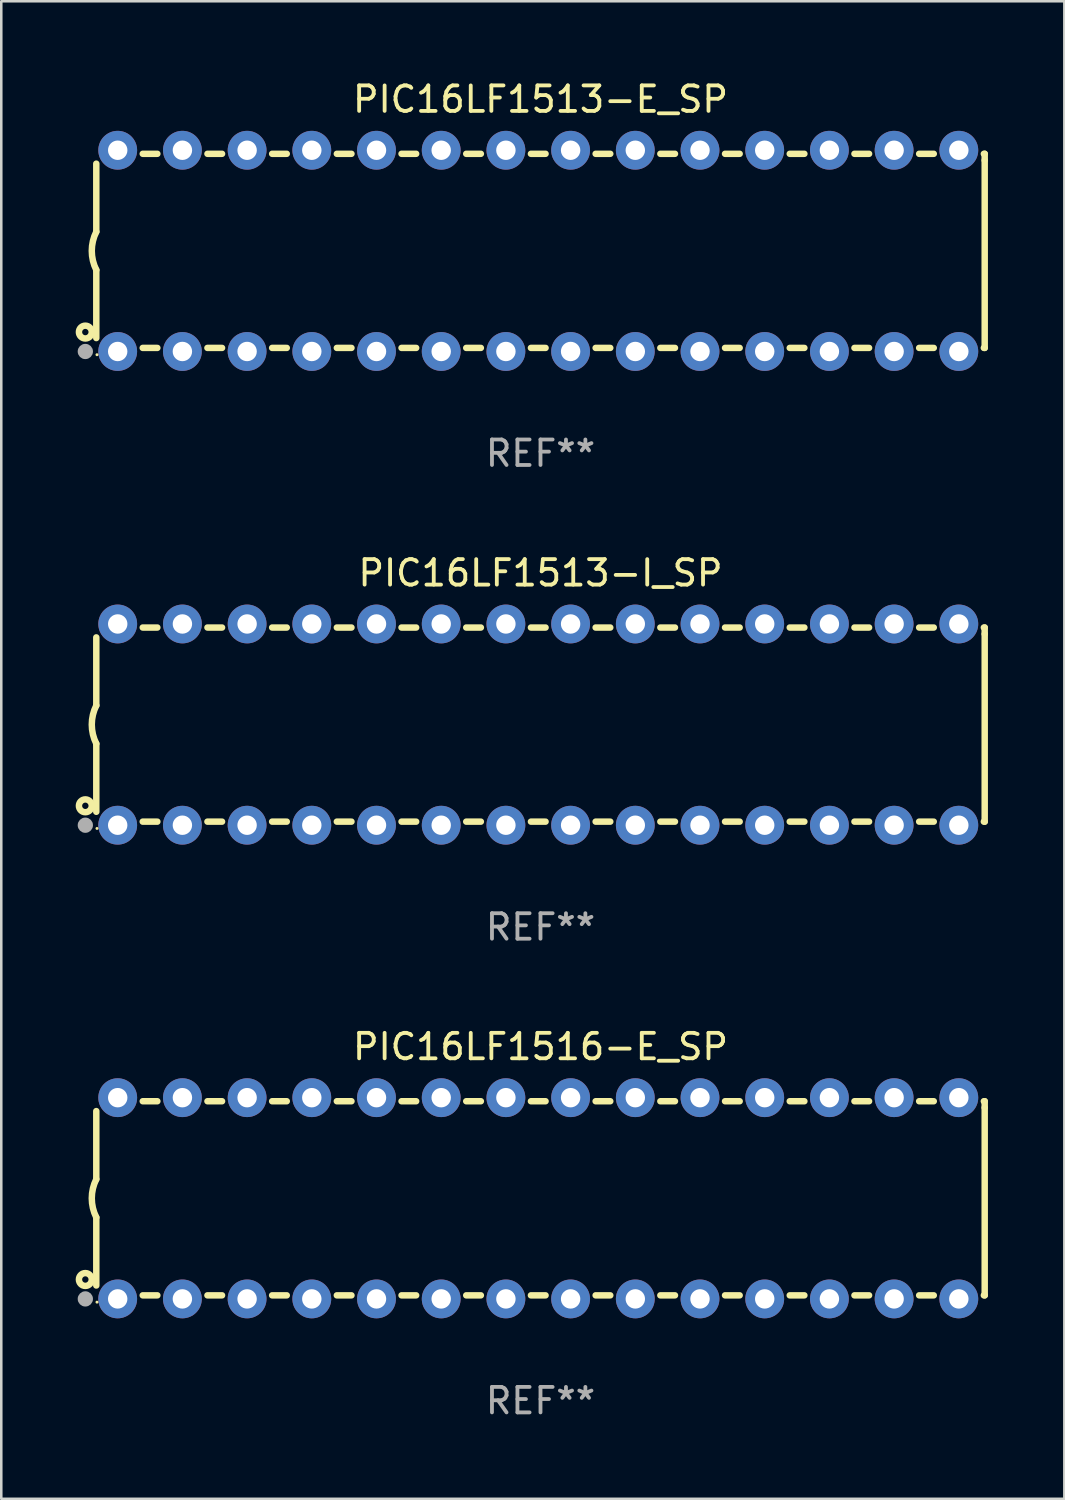
<source format=kicad_pcb>
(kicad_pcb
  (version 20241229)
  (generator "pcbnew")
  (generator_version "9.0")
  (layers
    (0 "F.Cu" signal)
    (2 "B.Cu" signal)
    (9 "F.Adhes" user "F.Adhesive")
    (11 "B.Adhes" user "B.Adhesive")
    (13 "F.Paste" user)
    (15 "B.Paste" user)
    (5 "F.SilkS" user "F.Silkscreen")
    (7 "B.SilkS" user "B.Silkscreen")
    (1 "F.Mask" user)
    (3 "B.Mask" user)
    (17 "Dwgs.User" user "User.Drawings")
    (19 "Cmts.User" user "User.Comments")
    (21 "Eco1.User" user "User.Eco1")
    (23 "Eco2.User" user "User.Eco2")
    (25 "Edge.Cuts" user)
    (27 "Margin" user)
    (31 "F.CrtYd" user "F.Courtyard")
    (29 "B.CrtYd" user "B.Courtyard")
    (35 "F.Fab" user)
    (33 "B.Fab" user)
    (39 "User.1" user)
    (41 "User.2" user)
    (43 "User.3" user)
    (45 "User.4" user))
  (footprint "PIC16LF1516-E_SP"
    (layer "F.Cu")
    (at 18.168 43.991)
    (property "Reference" "PIC16LF1516-E_SP" (at 0 -5.95 0) (layer "F.SilkS") (effects (font (size 1 1) (thickness 0.15))))
    (attr through_hole)
    (fp_line (start -17.438 0.75) (end -17.438 3.423) (stroke (width 0.254) (type solid)) (layer "F.SilkS"))
    (fp_line (start -17.438 -3.423) (end -17.438 -0.75) (stroke (width 0.254) (type solid)) (layer "F.SilkS"))
    (fp_line (start -15.615 3.81) (end -15.041 3.81) (stroke (width 0.254) (type solid)) (layer "F.SilkS"))
    (fp_line (start -15.041 -3.81) (end -15.614 -3.81) (stroke (width 0.254) (type solid)) (layer "F.SilkS"))
    (fp_line (start -13.075 3.81) (end -12.501 3.81) (stroke (width 0.254) (type solid)) (layer "F.SilkS"))
    (fp_line (start -12.501 -3.81) (end -13.074 -3.81) (stroke (width 0.254) (type solid)) (layer "F.SilkS"))
    (fp_line (start -10.535 3.81) (end -9.961 3.81) (stroke (width 0.254) (type solid)) (layer "F.SilkS"))
    (fp_line (start -9.961 -3.81) (end -10.534 -3.81) (stroke (width 0.254) (type solid)) (layer "F.SilkS"))
    (fp_line (start -7.995 3.81) (end -7.421 3.81) (stroke (width 0.254) (type solid)) (layer "F.SilkS"))
    (fp_line (start -7.421 -3.81) (end -7.995 -3.81) (stroke (width 0.254) (type solid)) (layer "F.SilkS"))
    (fp_line (start -5.455 3.81) (end -4.881 3.81) (stroke (width 0.254) (type solid)) (layer "F.SilkS"))
    (fp_line (start -4.881 -3.81) (end -5.455 -3.81) (stroke (width 0.254) (type solid)) (layer "F.SilkS"))
    (fp_line (start -2.915 3.81) (end -2.341 3.81) (stroke (width 0.254) (type solid)) (layer "F.SilkS"))
    (fp_line (start -2.341 -3.81) (end -2.915 -3.81) (stroke (width 0.254) (type solid)) (layer "F.SilkS"))
    (fp_line (start -0.375 3.81) (end 0.199 3.81) (stroke (width 0.254) (type solid)) (layer "F.SilkS"))
    (fp_line (start 0.199 -3.81) (end -0.375 -3.81) (stroke (width 0.254) (type solid)) (layer "F.SilkS"))
    (fp_line (start 2.165 3.81) (end 2.739 3.81) (stroke (width 0.254) (type solid)) (layer "F.SilkS"))
    (fp_line (start 2.739 -3.81) (end 2.165 -3.81) (stroke (width 0.254) (type solid)) (layer "F.SilkS"))
    (fp_line (start 4.705 3.81) (end 5.279 3.81) (stroke (width 0.254) (type solid)) (layer "F.SilkS"))
    (fp_line (start 5.279 -3.81) (end 4.705 -3.81) (stroke (width 0.254) (type solid)) (layer "F.SilkS"))
    (fp_line (start 7.245 3.81) (end 7.819 3.81) (stroke (width 0.254) (type solid)) (layer "F.SilkS"))
    (fp_line (start 7.819 -3.81) (end 7.245 -3.81) (stroke (width 0.254) (type solid)) (layer "F.SilkS"))
    (fp_line (start 9.785 3.81) (end 10.359 3.81) (stroke (width 0.254) (type solid)) (layer "F.SilkS"))
    (fp_line (start 10.359 -3.81) (end 9.785 -3.81) (stroke (width 0.254) (type solid)) (layer "F.SilkS"))
    (fp_line (start 12.325 3.81) (end 12.899 3.81) (stroke (width 0.254) (type solid)) (layer "F.SilkS"))
    (fp_line (start 12.899 -3.81) (end 12.325 -3.81) (stroke (width 0.254) (type solid)) (layer "F.SilkS"))
    (fp_line (start 14.865 3.81) (end 15.439 3.81) (stroke (width 0.254) (type solid)) (layer "F.SilkS"))
    (fp_line (start 15.439 -3.81) (end 14.865 -3.81) (stroke (width 0.254) (type solid)) (layer "F.SilkS"))
    (fp_line (start 17.405 3.81) (end 17.438 3.81) (stroke (width 0.254) (type solid)) (layer "F.SilkS"))
    (fp_line (start 17.438 -3.81) (end 17.405 -3.81) (stroke (width 0.254) (type solid)) (layer "F.SilkS"))
    (fp_line (start 17.438 -3.556) (end 17.438 -3.81) (stroke (width 0.254) (type solid)) (layer "F.SilkS"))
    (fp_line (start 17.438 3.81) (end 17.438 -3.556) (stroke (width 0.254) (type solid)) (layer "F.SilkS"))
    (fp_arc (start -17.437986 0.749657) (mid -17.614887 -0.000024) (end -17.437783 -0.749657) (stroke (width 0.254001) (type solid)) (layer "F.SilkS"))
    (fp_circle (center -17.868 3.188) (end -17.743 3.188) (stroke (width 0.254) (type solid)) (fill no) (layer "F.SilkS"))
    (fp_circle (center -17.411 4.077) (end -17.381 4.077) (stroke (width 0.06) (type solid)) (fill no) (layer "F.SilkS"))
    (fp_circle (center -17.868 3.95) (end -17.718 3.95) (stroke (width 0.3) (type solid)) (fill no) (layer "F.Fab"))
    (fp_text user "REF**" (at 0 7.95 0) (layer "F.Fab") (effects (font (size 1 1) (thickness 0.15))))
    (pad "1" thru_hole circle (at -16.598 3.95) (size 1.524 1.524) (drill 0.762) (layers "*.Cu" "*.Mask"))
    (pad "2" thru_hole circle (at -14.058 3.95) (size 1.524 1.524) (drill 0.762) (layers "*.Cu" "*.Mask"))
    (pad "3" thru_hole circle (at -11.518 3.95) (size 1.524 1.524) (drill 0.762) (layers "*.Cu" "*.Mask"))
    (pad "4" thru_hole circle (at -8.978 3.95) (size 1.524 1.524) (drill 0.762) (layers "*.Cu" "*.Mask"))
    (pad "5" thru_hole circle (at -6.438 3.95) (size 1.524 1.524) (drill 0.762) (layers "*.Cu" "*.Mask"))
    (pad "6" thru_hole circle (at -3.898 3.95) (size 1.524 1.524) (drill 0.762) (layers "*.Cu" "*.Mask"))
    (pad "7" thru_hole circle (at -1.358 3.95) (size 1.524 1.524) (drill 0.762) (layers "*.Cu" "*.Mask"))
    (pad "8" thru_hole circle (at 1.182 3.95) (size 1.524 1.524) (drill 0.762) (layers "*.Cu" "*.Mask"))
    (pad "9" thru_hole circle (at 3.722 3.95) (size 1.524 1.524) (drill 0.762) (layers "*.Cu" "*.Mask"))
    (pad "10" thru_hole circle (at 6.262 3.95) (size 1.524 1.524) (drill 0.762) (layers "*.Cu" "*.Mask"))
    (pad "11" thru_hole circle (at 8.802 3.95) (size 1.524 1.524) (drill 0.762) (layers "*.Cu" "*.Mask"))
    (pad "12" thru_hole circle (at 11.342 3.95) (size 1.524 1.524) (drill 0.762) (layers "*.Cu" "*.Mask"))
    (pad "13" thru_hole circle (at 13.882 3.95) (size 1.524 1.524) (drill 0.762) (layers "*.Cu" "*.Mask"))
    (pad "14" thru_hole circle (at 16.422 3.95) (size 1.524 1.524) (drill 0.762) (layers "*.Cu" "*.Mask"))
    (pad "15" thru_hole circle (at 16.422 -3.95) (size 1.524 1.524) (drill 0.762) (layers "*.Cu" "*.Mask"))
    (pad "16" thru_hole circle (at 13.882 -3.95) (size 1.524 1.524) (drill 0.762) (layers "*.Cu" "*.Mask"))
    (pad "17" thru_hole circle (at 11.342 -3.95) (size 1.524 1.524) (drill 0.762) (layers "*.Cu" "*.Mask"))
    (pad "18" thru_hole circle (at 8.802 -3.95) (size 1.524 1.524) (drill 0.762) (layers "*.Cu" "*.Mask"))
    (pad "19" thru_hole circle (at 6.262 -3.95) (size 1.524 1.524) (drill 0.762) (layers "*.Cu" "*.Mask"))
    (pad "20" thru_hole circle (at 3.722 -3.95) (size 1.524 1.524) (drill 0.762) (layers "*.Cu" "*.Mask"))
    (pad "21" thru_hole circle (at 1.182 -3.95) (size 1.524 1.524) (drill 0.762) (layers "*.Cu" "*.Mask"))
    (pad "22" thru_hole circle (at -1.358 -3.95) (size 1.524 1.524) (drill 0.762) (layers "*.Cu" "*.Mask"))
    (pad "23" thru_hole circle (at -3.898 -3.95) (size 1.524 1.524) (drill 0.762) (layers "*.Cu" "*.Mask"))
    (pad "24" thru_hole circle (at -6.438 -3.95) (size 1.524 1.524) (drill 0.762) (layers "*.Cu" "*.Mask"))
    (pad "25" thru_hole circle (at -8.978 -3.95) (size 1.524 1.524) (drill 0.762) (layers "*.Cu" "*.Mask"))
    (pad "26" thru_hole circle (at -11.517 -3.95) (size 1.524 1.524) (drill 0.762) (layers "*.Cu" "*.Mask"))
    (pad "27" thru_hole circle (at -14.057 -3.95) (size 1.524 1.524) (drill 0.762) (layers "*.Cu" "*.Mask"))
    (pad "28" thru_hole circle (at -16.597 -3.95) (size 1.524 1.524) (drill 0.762) (layers "*.Cu" "*.Mask")))
  (footprint "PIC16LF1513-I_SP"
    (layer "F.Cu")
    (at 18.168 25.395)
    (property "Reference" "PIC16LF1513-I_SP" (at 0 -5.95 0) (layer "F.SilkS") (effects (font (size 1 1) (thickness 0.15))))
    (attr through_hole)
    (fp_line (start -17.438 0.75) (end -17.438 3.423) (stroke (width 0.254) (type solid)) (layer "F.SilkS"))
    (fp_line (start -17.438 -3.423) (end -17.438 -0.75) (stroke (width 0.254) (type solid)) (layer "F.SilkS"))
    (fp_line (start -15.615 3.81) (end -15.041 3.81) (stroke (width 0.254) (type solid)) (layer "F.SilkS"))
    (fp_line (start -15.041 -3.81) (end -15.614 -3.81) (stroke (width 0.254) (type solid)) (layer "F.SilkS"))
    (fp_line (start -13.075 3.81) (end -12.501 3.81) (stroke (width 0.254) (type solid)) (layer "F.SilkS"))
    (fp_line (start -12.501 -3.81) (end -13.074 -3.81) (stroke (width 0.254) (type solid)) (layer "F.SilkS"))
    (fp_line (start -10.535 3.81) (end -9.961 3.81) (stroke (width 0.254) (type solid)) (layer "F.SilkS"))
    (fp_line (start -9.961 -3.81) (end -10.534 -3.81) (stroke (width 0.254) (type solid)) (layer "F.SilkS"))
    (fp_line (start -7.995 3.81) (end -7.421 3.81) (stroke (width 0.254) (type solid)) (layer "F.SilkS"))
    (fp_line (start -7.421 -3.81) (end -7.995 -3.81) (stroke (width 0.254) (type solid)) (layer "F.SilkS"))
    (fp_line (start -5.455 3.81) (end -4.881 3.81) (stroke (width 0.254) (type solid)) (layer "F.SilkS"))
    (fp_line (start -4.881 -3.81) (end -5.455 -3.81) (stroke (width 0.254) (type solid)) (layer "F.SilkS"))
    (fp_line (start -2.915 3.81) (end -2.341 3.81) (stroke (width 0.254) (type solid)) (layer "F.SilkS"))
    (fp_line (start -2.341 -3.81) (end -2.915 -3.81) (stroke (width 0.254) (type solid)) (layer "F.SilkS"))
    (fp_line (start -0.375 3.81) (end 0.199 3.81) (stroke (width 0.254) (type solid)) (layer "F.SilkS"))
    (fp_line (start 0.199 -3.81) (end -0.375 -3.81) (stroke (width 0.254) (type solid)) (layer "F.SilkS"))
    (fp_line (start 2.165 3.81) (end 2.739 3.81) (stroke (width 0.254) (type solid)) (layer "F.SilkS"))
    (fp_line (start 2.739 -3.81) (end 2.165 -3.81) (stroke (width 0.254) (type solid)) (layer "F.SilkS"))
    (fp_line (start 4.705 3.81) (end 5.279 3.81) (stroke (width 0.254) (type solid)) (layer "F.SilkS"))
    (fp_line (start 5.279 -3.81) (end 4.705 -3.81) (stroke (width 0.254) (type solid)) (layer "F.SilkS"))
    (fp_line (start 7.245 3.81) (end 7.819 3.81) (stroke (width 0.254) (type solid)) (layer "F.SilkS"))
    (fp_line (start 7.819 -3.81) (end 7.245 -3.81) (stroke (width 0.254) (type solid)) (layer "F.SilkS"))
    (fp_line (start 9.785 3.81) (end 10.359 3.81) (stroke (width 0.254) (type solid)) (layer "F.SilkS"))
    (fp_line (start 10.359 -3.81) (end 9.785 -3.81) (stroke (width 0.254) (type solid)) (layer "F.SilkS"))
    (fp_line (start 12.325 3.81) (end 12.899 3.81) (stroke (width 0.254) (type solid)) (layer "F.SilkS"))
    (fp_line (start 12.899 -3.81) (end 12.325 -3.81) (stroke (width 0.254) (type solid)) (layer "F.SilkS"))
    (fp_line (start 14.865 3.81) (end 15.439 3.81) (stroke (width 0.254) (type solid)) (layer "F.SilkS"))
    (fp_line (start 15.439 -3.81) (end 14.865 -3.81) (stroke (width 0.254) (type solid)) (layer "F.SilkS"))
    (fp_line (start 17.405 3.81) (end 17.438 3.81) (stroke (width 0.254) (type solid)) (layer "F.SilkS"))
    (fp_line (start 17.438 -3.81) (end 17.405 -3.81) (stroke (width 0.254) (type solid)) (layer "F.SilkS"))
    (fp_line (start 17.438 -3.556) (end 17.438 -3.81) (stroke (width 0.254) (type solid)) (layer "F.SilkS"))
    (fp_line (start 17.438 3.81) (end 17.438 -3.556) (stroke (width 0.254) (type solid)) (layer "F.SilkS"))
    (fp_arc (start -17.437986 0.749657) (mid -17.614887 -0.000024) (end -17.437783 -0.749657) (stroke (width 0.254001) (type solid)) (layer "F.SilkS"))
    (fp_circle (center -17.868 3.188) (end -17.743 3.188) (stroke (width 0.254) (type solid)) (fill no) (layer "F.SilkS"))
    (fp_circle (center -17.411 4.077) (end -17.381 4.077) (stroke (width 0.06) (type solid)) (fill no) (layer "F.SilkS"))
    (fp_circle (center -17.868 3.95) (end -17.718 3.95) (stroke (width 0.3) (type solid)) (fill no) (layer "F.Fab"))
    (fp_text user "REF**" (at 0 7.95 0) (layer "F.Fab") (effects (font (size 1 1) (thickness 0.15))))
    (pad "1" thru_hole circle (at -16.598 3.95) (size 1.524 1.524) (drill 0.762) (layers "*.Cu" "*.Mask"))
    (pad "2" thru_hole circle (at -14.058 3.95) (size 1.524 1.524) (drill 0.762) (layers "*.Cu" "*.Mask"))
    (pad "3" thru_hole circle (at -11.518 3.95) (size 1.524 1.524) (drill 0.762) (layers "*.Cu" "*.Mask"))
    (pad "4" thru_hole circle (at -8.978 3.95) (size 1.524 1.524) (drill 0.762) (layers "*.Cu" "*.Mask"))
    (pad "5" thru_hole circle (at -6.438 3.95) (size 1.524 1.524) (drill 0.762) (layers "*.Cu" "*.Mask"))
    (pad "6" thru_hole circle (at -3.898 3.95) (size 1.524 1.524) (drill 0.762) (layers "*.Cu" "*.Mask"))
    (pad "7" thru_hole circle (at -1.358 3.95) (size 1.524 1.524) (drill 0.762) (layers "*.Cu" "*.Mask"))
    (pad "8" thru_hole circle (at 1.182 3.95) (size 1.524 1.524) (drill 0.762) (layers "*.Cu" "*.Mask"))
    (pad "9" thru_hole circle (at 3.722 3.95) (size 1.524 1.524) (drill 0.762) (layers "*.Cu" "*.Mask"))
    (pad "10" thru_hole circle (at 6.262 3.95) (size 1.524 1.524) (drill 0.762) (layers "*.Cu" "*.Mask"))
    (pad "11" thru_hole circle (at 8.802 3.95) (size 1.524 1.524) (drill 0.762) (layers "*.Cu" "*.Mask"))
    (pad "12" thru_hole circle (at 11.342 3.95) (size 1.524 1.524) (drill 0.762) (layers "*.Cu" "*.Mask"))
    (pad "13" thru_hole circle (at 13.882 3.95) (size 1.524 1.524) (drill 0.762) (layers "*.Cu" "*.Mask"))
    (pad "14" thru_hole circle (at 16.422 3.95) (size 1.524 1.524) (drill 0.762) (layers "*.Cu" "*.Mask"))
    (pad "15" thru_hole circle (at 16.422 -3.95) (size 1.524 1.524) (drill 0.762) (layers "*.Cu" "*.Mask"))
    (pad "16" thru_hole circle (at 13.882 -3.95) (size 1.524 1.524) (drill 0.762) (layers "*.Cu" "*.Mask"))
    (pad "17" thru_hole circle (at 11.342 -3.95) (size 1.524 1.524) (drill 0.762) (layers "*.Cu" "*.Mask"))
    (pad "18" thru_hole circle (at 8.802 -3.95) (size 1.524 1.524) (drill 0.762) (layers "*.Cu" "*.Mask"))
    (pad "19" thru_hole circle (at 6.262 -3.95) (size 1.524 1.524) (drill 0.762) (layers "*.Cu" "*.Mask"))
    (pad "20" thru_hole circle (at 3.722 -3.95) (size 1.524 1.524) (drill 0.762) (layers "*.Cu" "*.Mask"))
    (pad "21" thru_hole circle (at 1.182 -3.95) (size 1.524 1.524) (drill 0.762) (layers "*.Cu" "*.Mask"))
    (pad "22" thru_hole circle (at -1.358 -3.95) (size 1.524 1.524) (drill 0.762) (layers "*.Cu" "*.Mask"))
    (pad "23" thru_hole circle (at -3.898 -3.95) (size 1.524 1.524) (drill 0.762) (layers "*.Cu" "*.Mask"))
    (pad "24" thru_hole circle (at -6.438 -3.95) (size 1.524 1.524) (drill 0.762) (layers "*.Cu" "*.Mask"))
    (pad "25" thru_hole circle (at -8.978 -3.95) (size 1.524 1.524) (drill 0.762) (layers "*.Cu" "*.Mask"))
    (pad "26" thru_hole circle (at -11.517 -3.95) (size 1.524 1.524) (drill 0.762) (layers "*.Cu" "*.Mask"))
    (pad "27" thru_hole circle (at -14.057 -3.95) (size 1.524 1.524) (drill 0.762) (layers "*.Cu" "*.Mask"))
    (pad "28" thru_hole circle (at -16.597 -3.95) (size 1.524 1.524) (drill 0.762) (layers "*.Cu" "*.Mask")))
  (footprint "PIC16LF1513-E_SP"
    (layer "F.Cu")
    (at 18.168 6.798)
    (property "Reference" "PIC16LF1513-E_SP" (at 0 -5.95 0) (layer "F.SilkS") (effects (font (size 1 1) (thickness 0.15))))
    (attr through_hole)
    (fp_line (start -17.438 0.75) (end -17.438 3.423) (stroke (width 0.254) (type solid)) (layer "F.SilkS"))
    (fp_line (start -17.438 -3.423) (end -17.438 -0.75) (stroke (width 0.254) (type solid)) (layer "F.SilkS"))
    (fp_line (start -15.615 3.81) (end -15.041 3.81) (stroke (width 0.254) (type solid)) (layer "F.SilkS"))
    (fp_line (start -15.041 -3.81) (end -15.614 -3.81) (stroke (width 0.254) (type solid)) (layer "F.SilkS"))
    (fp_line (start -13.075 3.81) (end -12.501 3.81) (stroke (width 0.254) (type solid)) (layer "F.SilkS"))
    (fp_line (start -12.501 -3.81) (end -13.074 -3.81) (stroke (width 0.254) (type solid)) (layer "F.SilkS"))
    (fp_line (start -10.535 3.81) (end -9.961 3.81) (stroke (width 0.254) (type solid)) (layer "F.SilkS"))
    (fp_line (start -9.961 -3.81) (end -10.534 -3.81) (stroke (width 0.254) (type solid)) (layer "F.SilkS"))
    (fp_line (start -7.995 3.81) (end -7.421 3.81) (stroke (width 0.254) (type solid)) (layer "F.SilkS"))
    (fp_line (start -7.421 -3.81) (end -7.995 -3.81) (stroke (width 0.254) (type solid)) (layer "F.SilkS"))
    (fp_line (start -5.455 3.81) (end -4.881 3.81) (stroke (width 0.254) (type solid)) (layer "F.SilkS"))
    (fp_line (start -4.881 -3.81) (end -5.455 -3.81) (stroke (width 0.254) (type solid)) (layer "F.SilkS"))
    (fp_line (start -2.915 3.81) (end -2.341 3.81) (stroke (width 0.254) (type solid)) (layer "F.SilkS"))
    (fp_line (start -2.341 -3.81) (end -2.915 -3.81) (stroke (width 0.254) (type solid)) (layer "F.SilkS"))
    (fp_line (start -0.375 3.81) (end 0.199 3.81) (stroke (width 0.254) (type solid)) (layer "F.SilkS"))
    (fp_line (start 0.199 -3.81) (end -0.375 -3.81) (stroke (width 0.254) (type solid)) (layer "F.SilkS"))
    (fp_line (start 2.165 3.81) (end 2.739 3.81) (stroke (width 0.254) (type solid)) (layer "F.SilkS"))
    (fp_line (start 2.739 -3.81) (end 2.165 -3.81) (stroke (width 0.254) (type solid)) (layer "F.SilkS"))
    (fp_line (start 4.705 3.81) (end 5.279 3.81) (stroke (width 0.254) (type solid)) (layer "F.SilkS"))
    (fp_line (start 5.279 -3.81) (end 4.705 -3.81) (stroke (width 0.254) (type solid)) (layer "F.SilkS"))
    (fp_line (start 7.245 3.81) (end 7.819 3.81) (stroke (width 0.254) (type solid)) (layer "F.SilkS"))
    (fp_line (start 7.819 -3.81) (end 7.245 -3.81) (stroke (width 0.254) (type solid)) (layer "F.SilkS"))
    (fp_line (start 9.785 3.81) (end 10.359 3.81) (stroke (width 0.254) (type solid)) (layer "F.SilkS"))
    (fp_line (start 10.359 -3.81) (end 9.785 -3.81) (stroke (width 0.254) (type solid)) (layer "F.SilkS"))
    (fp_line (start 12.325 3.81) (end 12.899 3.81) (stroke (width 0.254) (type solid)) (layer "F.SilkS"))
    (fp_line (start 12.899 -3.81) (end 12.325 -3.81) (stroke (width 0.254) (type solid)) (layer "F.SilkS"))
    (fp_line (start 14.865 3.81) (end 15.439 3.81) (stroke (width 0.254) (type solid)) (layer "F.SilkS"))
    (fp_line (start 15.439 -3.81) (end 14.865 -3.81) (stroke (width 0.254) (type solid)) (layer "F.SilkS"))
    (fp_line (start 17.405 3.81) (end 17.438 3.81) (stroke (width 0.254) (type solid)) (layer "F.SilkS"))
    (fp_line (start 17.438 -3.81) (end 17.405 -3.81) (stroke (width 0.254) (type solid)) (layer "F.SilkS"))
    (fp_line (start 17.438 -3.556) (end 17.438 -3.81) (stroke (width 0.254) (type solid)) (layer "F.SilkS"))
    (fp_line (start 17.438 3.81) (end 17.438 -3.556) (stroke (width 0.254) (type solid)) (layer "F.SilkS"))
    (fp_arc (start -17.437986 0.749657) (mid -17.614887 -0.000024) (end -17.437783 -0.749657) (stroke (width 0.254001) (type solid)) (layer "F.SilkS"))
    (fp_circle (center -17.868 3.188) (end -17.743 3.188) (stroke (width 0.254) (type solid)) (fill no) (layer "F.SilkS"))
    (fp_circle (center -17.411 4.077) (end -17.381 4.077) (stroke (width 0.06) (type solid)) (fill no) (layer "F.SilkS"))
    (fp_circle (center -17.868 3.95) (end -17.718 3.95) (stroke (width 0.3) (type solid)) (fill no) (layer "F.Fab"))
    (fp_text user "REF**" (at 0 7.95 0) (layer "F.Fab") (effects (font (size 1 1) (thickness 0.15))))
    (pad "1" thru_hole circle (at -16.598 3.95) (size 1.524 1.524) (drill 0.762) (layers "*.Cu" "*.Mask"))
    (pad "2" thru_hole circle (at -14.058 3.95) (size 1.524 1.524) (drill 0.762) (layers "*.Cu" "*.Mask"))
    (pad "3" thru_hole circle (at -11.518 3.95) (size 1.524 1.524) (drill 0.762) (layers "*.Cu" "*.Mask"))
    (pad "4" thru_hole circle (at -8.978 3.95) (size 1.524 1.524) (drill 0.762) (layers "*.Cu" "*.Mask"))
    (pad "5" thru_hole circle (at -6.438 3.95) (size 1.524 1.524) (drill 0.762) (layers "*.Cu" "*.Mask"))
    (pad "6" thru_hole circle (at -3.898 3.95) (size 1.524 1.524) (drill 0.762) (layers "*.Cu" "*.Mask"))
    (pad "7" thru_hole circle (at -1.358 3.95) (size 1.524 1.524) (drill 0.762) (layers "*.Cu" "*.Mask"))
    (pad "8" thru_hole circle (at 1.182 3.95) (size 1.524 1.524) (drill 0.762) (layers "*.Cu" "*.Mask"))
    (pad "9" thru_hole circle (at 3.722 3.95) (size 1.524 1.524) (drill 0.762) (layers "*.Cu" "*.Mask"))
    (pad "10" thru_hole circle (at 6.262 3.95) (size 1.524 1.524) (drill 0.762) (layers "*.Cu" "*.Mask"))
    (pad "11" thru_hole circle (at 8.802 3.95) (size 1.524 1.524) (drill 0.762) (layers "*.Cu" "*.Mask"))
    (pad "12" thru_hole circle (at 11.342 3.95) (size 1.524 1.524) (drill 0.762) (layers "*.Cu" "*.Mask"))
    (pad "13" thru_hole circle (at 13.882 3.95) (size 1.524 1.524) (drill 0.762) (layers "*.Cu" "*.Mask"))
    (pad "14" thru_hole circle (at 16.422 3.95) (size 1.524 1.524) (drill 0.762) (layers "*.Cu" "*.Mask"))
    (pad "15" thru_hole circle (at 16.422 -3.95) (size 1.524 1.524) (drill 0.762) (layers "*.Cu" "*.Mask"))
    (pad "16" thru_hole circle (at 13.882 -3.95) (size 1.524 1.524) (drill 0.762) (layers "*.Cu" "*.Mask"))
    (pad "17" thru_hole circle (at 11.342 -3.95) (size 1.524 1.524) (drill 0.762) (layers "*.Cu" "*.Mask"))
    (pad "18" thru_hole circle (at 8.802 -3.95) (size 1.524 1.524) (drill 0.762) (layers "*.Cu" "*.Mask"))
    (pad "19" thru_hole circle (at 6.262 -3.95) (size 1.524 1.524) (drill 0.762) (layers "*.Cu" "*.Mask"))
    (pad "20" thru_hole circle (at 3.722 -3.95) (size 1.524 1.524) (drill 0.762) (layers "*.Cu" "*.Mask"))
    (pad "21" thru_hole circle (at 1.182 -3.95) (size 1.524 1.524) (drill 0.762) (layers "*.Cu" "*.Mask"))
    (pad "22" thru_hole circle (at -1.358 -3.95) (size 1.524 1.524) (drill 0.762) (layers "*.Cu" "*.Mask"))
    (pad "23" thru_hole circle (at -3.898 -3.95) (size 1.524 1.524) (drill 0.762) (layers "*.Cu" "*.Mask"))
    (pad "24" thru_hole circle (at -6.438 -3.95) (size 1.524 1.524) (drill 0.762) (layers "*.Cu" "*.Mask"))
    (pad "25" thru_hole circle (at -8.978 -3.95) (size 1.524 1.524) (drill 0.762) (layers "*.Cu" "*.Mask"))
    (pad "26" thru_hole circle (at -11.517 -3.95) (size 1.524 1.524) (drill 0.762) (layers "*.Cu" "*.Mask"))
    (pad "27" thru_hole circle (at -14.057 -3.95) (size 1.524 1.524) (drill 0.762) (layers "*.Cu" "*.Mask"))
    (pad "28" thru_hole circle (at -16.597 -3.95) (size 1.524 1.524) (drill 0.762) (layers "*.Cu" "*.Mask")))
  (gr_rect
    (start -3 -3)
    (end 38.733 55.789)
    (stroke (width 0.1) (type default))
    (fill no)
    (layer "Edge.Cuts")))
</source>
